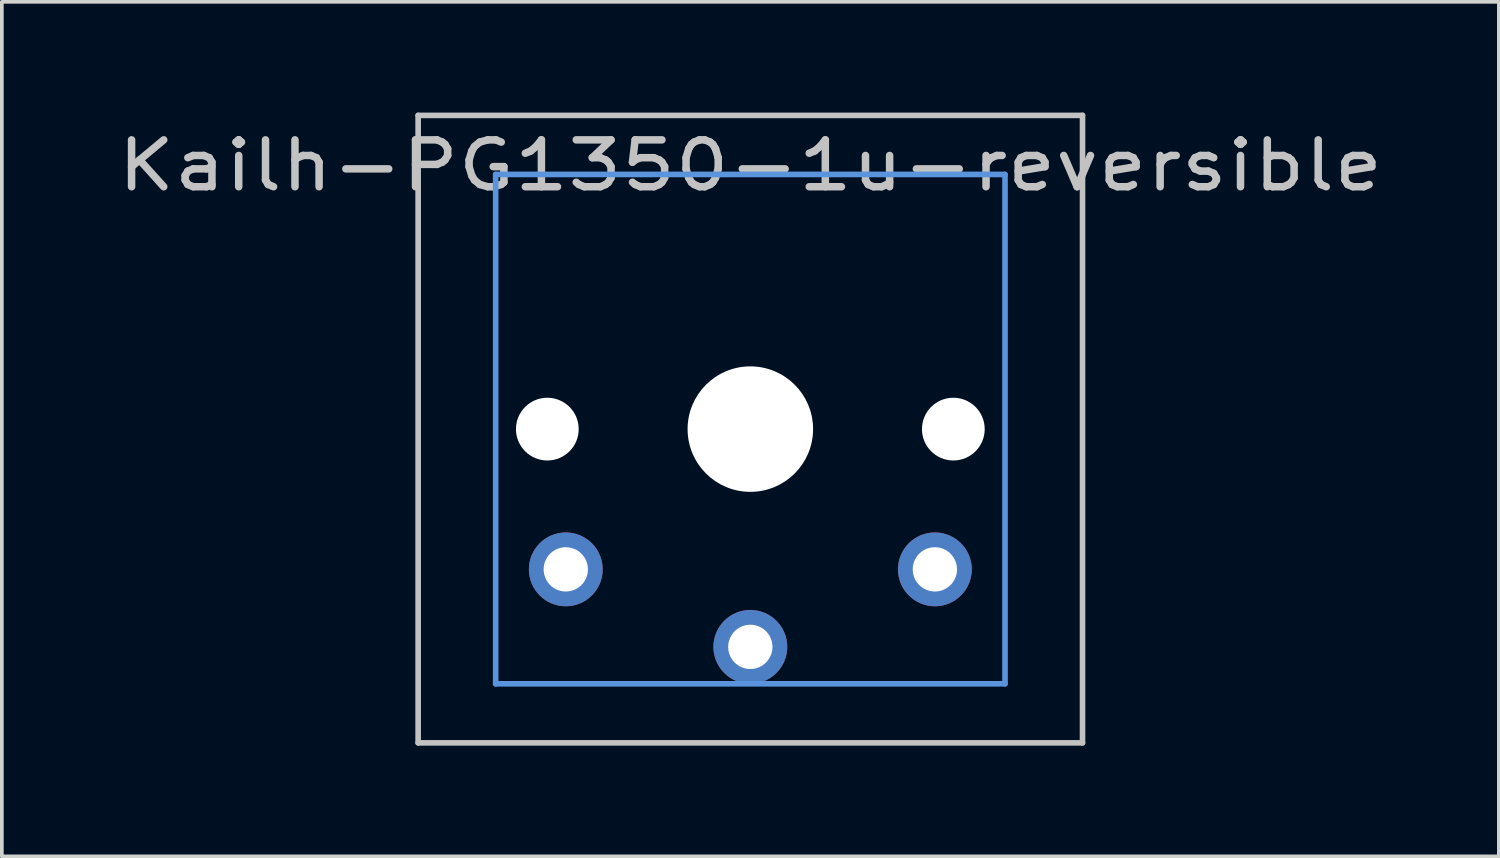
<source format=kicad_pcb>
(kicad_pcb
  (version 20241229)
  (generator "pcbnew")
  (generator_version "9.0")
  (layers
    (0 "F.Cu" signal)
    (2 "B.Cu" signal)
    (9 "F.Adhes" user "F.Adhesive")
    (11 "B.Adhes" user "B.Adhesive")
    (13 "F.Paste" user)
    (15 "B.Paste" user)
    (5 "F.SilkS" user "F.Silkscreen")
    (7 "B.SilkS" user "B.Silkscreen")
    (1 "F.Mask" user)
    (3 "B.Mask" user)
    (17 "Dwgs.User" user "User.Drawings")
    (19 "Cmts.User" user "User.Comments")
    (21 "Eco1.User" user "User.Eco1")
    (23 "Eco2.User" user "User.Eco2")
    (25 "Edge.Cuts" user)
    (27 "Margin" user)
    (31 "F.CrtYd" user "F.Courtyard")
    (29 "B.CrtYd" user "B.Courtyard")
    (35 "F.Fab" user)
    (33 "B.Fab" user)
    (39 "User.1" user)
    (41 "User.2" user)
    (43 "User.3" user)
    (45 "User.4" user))
  (footprint "Kailh-PG1350-1u-reversible"
    (layer "F.Cu")
    (at 17.279 8.576)
    (property "Reference" "Kailh-PG1350-1u-reversible" (at 0 -7.144 180) (layer "Dwgs.User") (effects (font (size 1.27 1.524) (thickness 0.203))))
    (attr through_hole)
    (fp_line (start -9 -8.5) (end 9 -8.5) (stroke (width 0.152) (type solid)) (layer "Dwgs.User"))
    (fp_line (start -9 8.5) (end -9 -8.5) (stroke (width 0.152) (type solid)) (layer "Dwgs.User"))
    (fp_line (start 9 -8.5) (end 9 8.5) (stroke (width 0.152) (type solid)) (layer "Dwgs.User"))
    (fp_line (start 9 8.5) (end -9 8.5) (stroke (width 0.152) (type solid)) (layer "Dwgs.User"))
    (fp_line (start -6.9 -6.9) (end 6.9 -6.9) (stroke (width 0.152) (type solid)) (layer "Cmts.User"))
    (fp_line (start -6.9 6.9) (end -6.9 -6.9) (stroke (width 0.152) (type solid)) (layer "Cmts.User"))
    (fp_line (start 6.9 -6.9) (end 6.9 6.9) (stroke (width 0.152) (type solid)) (layer "Cmts.User"))
    (fp_line (start 6.9 6.9) (end -6.9 6.9) (stroke (width 0.152) (type solid)) (layer "Cmts.User"))
    (fp_line (start -7.5 -7.5) (end 7.5 -7.5) (stroke (width 0.152) (type solid)) (layer "Eco2.User"))
    (fp_line (start -7.5 7.5) (end -7.5 -7.5) (stroke (width 0.152) (type solid)) (layer "Eco2.User"))
    (fp_line (start 7.5 -7.5) (end 7.5 7.5) (stroke (width 0.152) (type solid)) (layer "Eco2.User"))
    (fp_line (start 7.5 7.5) (end -7.5 7.5) (stroke (width 0.152) (type solid)) (layer "Eco2.User"))
    (pad "" np_thru_hole circle (at -5.5 0 180) (size 1.7 1.7) (drill 1.7) (layers "*.Cu" "*.Mask"))
    (pad "" np_thru_hole circle (at 0 0 180) (size 3.4 3.4) (drill 3.4) (layers "*.Cu" "*.Mask"))
    (pad "" np_thru_hole circle (at 5.5 0 180) (size 1.7 1.7) (drill 1.7) (layers "*.Cu" "*.Mask"))
    (pad "1" thru_hole circle (at 0 5.9 180) (size 2 2) (drill 1.2) (layers "*.Cu" "*.Mask"))
    (pad "2" thru_hole circle (at -5 3.8 41.9) (size 2 2) (drill 1.2) (layers "*.Cu" "B.Mask"))
    (pad "2" thru_hole circle (at 5 3.8 41.9) (size 2 2) (drill 1.2) (layers "*.Cu" "F.Mask")))
  (gr_rect
    (start -3 -3)
    (end 37.559 20.152)
    (stroke (width 0.1) (type default))
    (fill no)
    (layer "Edge.Cuts")))
</source>
